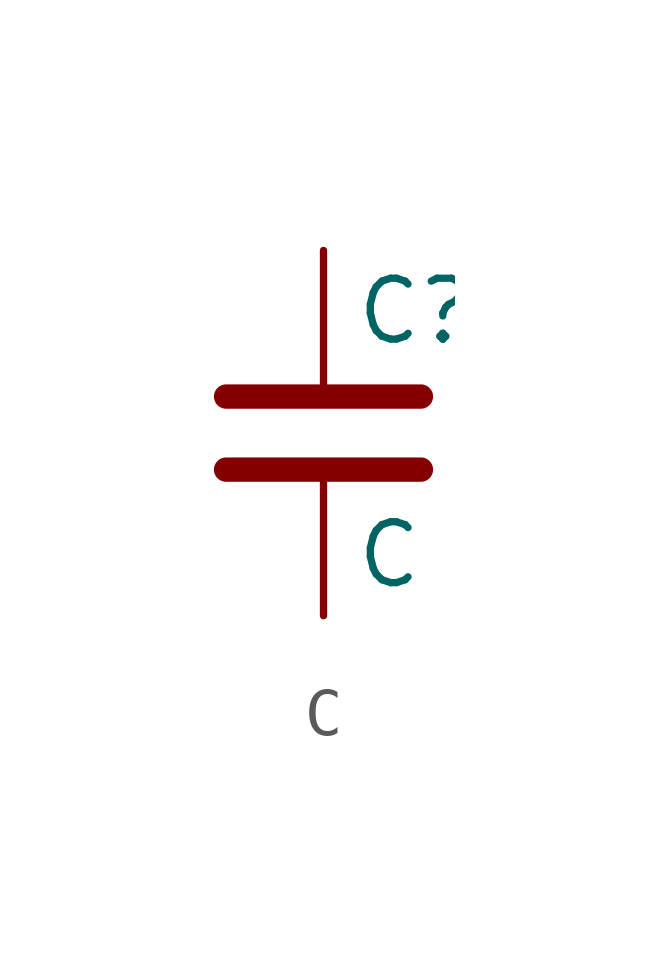
<source format=kicad_sym>
(kicad_symbol_lib
  (version 20201005)
  (generator kicad_symbol_editor)
  (symbol "pic_programmer_schlib:C"
    (pin_numbers hide)
    (pin_names
      (offset 0.254))
    (property "Reference" "C"
      (at 0.635 2.54 0)
      (effects (font (size 1.27 1.27)) (justify left)))
    (property "Value" "C"
      (at 0.635 -2.54 0)
      (effects (font (size 1.27 1.27)) (justify left)))
    (property "Footprint" ""
      (at 0.965 -3.81 0)
      (effects (font (size 0.762 0.762))))
    (property "Datasheet" ""
      (at 0 0 0)
      (effects (font (size 1.524 1.524))))
    (symbol "C_0_1"
      (polyline (pts (xy -2.032 -0.762) (xy 2.032 -0.762)) (stroke (width 0.508)) (fill (type none)))
      (polyline (pts (xy -2.032 0.762) (xy 2.032 0.762)) (stroke (width 0.508)) (fill (type none))))
    (symbol "C_1_1"
      (pin passive line (at 0 3.81 270) (length 2.794) (name "~" (effects (font (size 1.016 1.016)))) (number "1" (effects (font (size 1.016 1.016)))))
      (pin passive line (at 0 -3.81 90) (length 2.794) (name "~" (effects (font (size 1.016 1.016)))) (number "2" (effects (font (size 1.016 1.016))))))))
</source>
